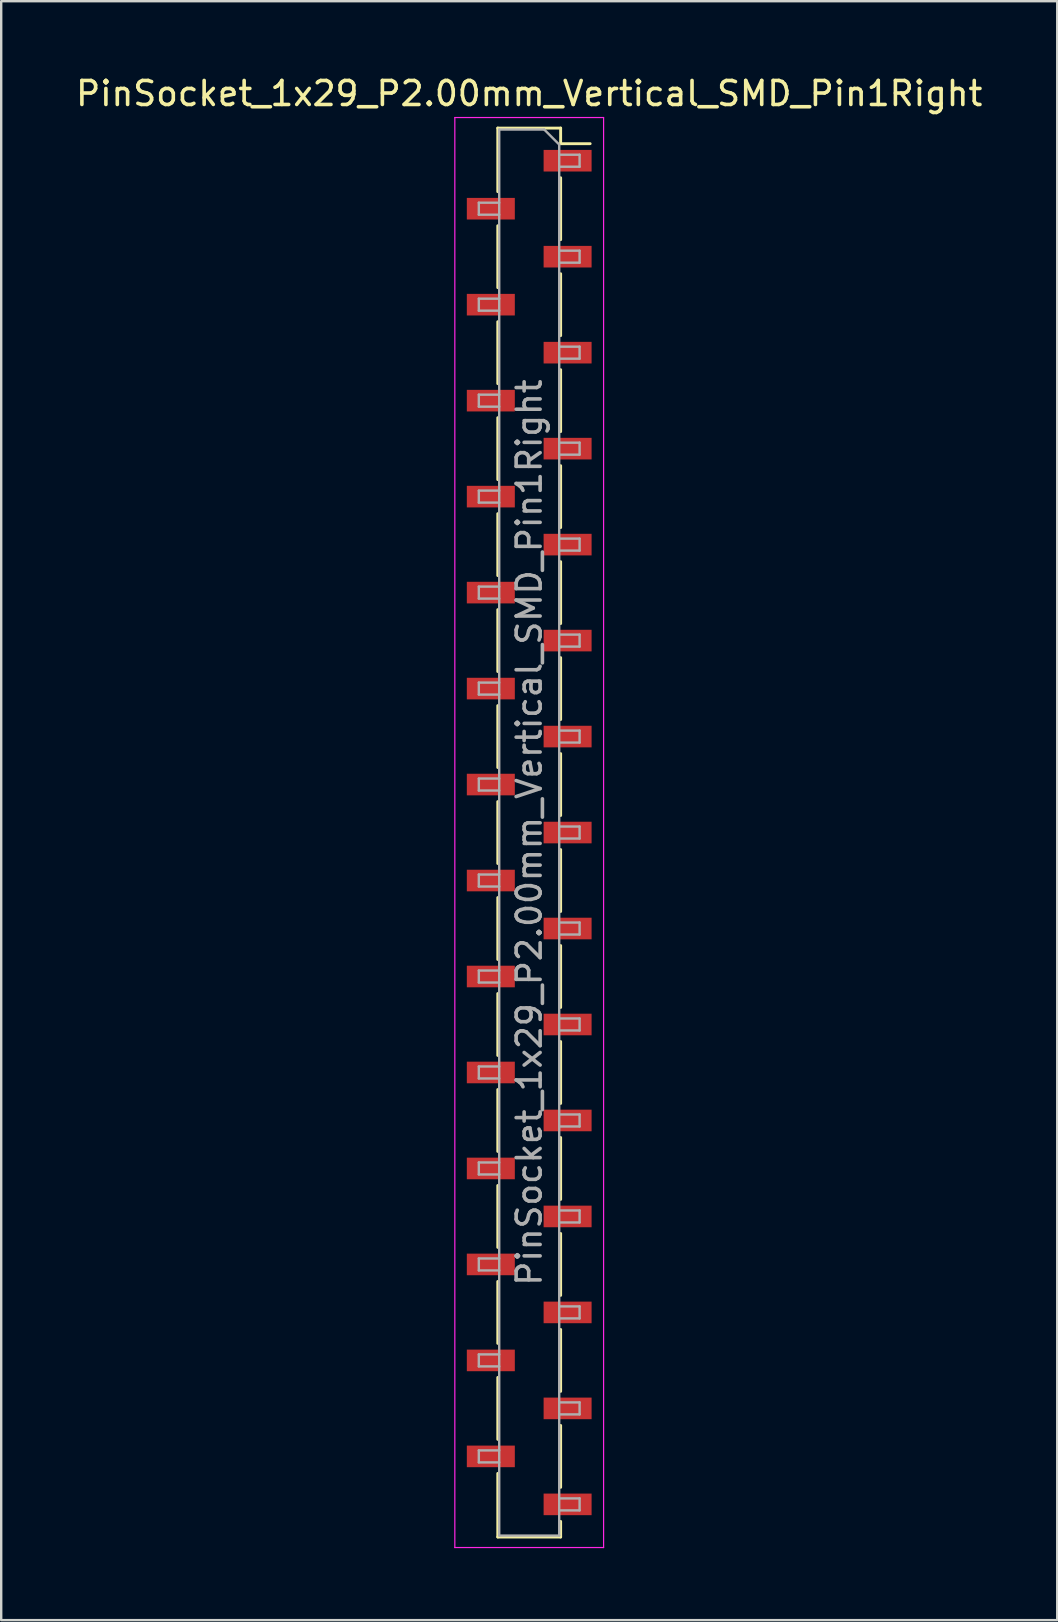
<source format=kicad_pcb>
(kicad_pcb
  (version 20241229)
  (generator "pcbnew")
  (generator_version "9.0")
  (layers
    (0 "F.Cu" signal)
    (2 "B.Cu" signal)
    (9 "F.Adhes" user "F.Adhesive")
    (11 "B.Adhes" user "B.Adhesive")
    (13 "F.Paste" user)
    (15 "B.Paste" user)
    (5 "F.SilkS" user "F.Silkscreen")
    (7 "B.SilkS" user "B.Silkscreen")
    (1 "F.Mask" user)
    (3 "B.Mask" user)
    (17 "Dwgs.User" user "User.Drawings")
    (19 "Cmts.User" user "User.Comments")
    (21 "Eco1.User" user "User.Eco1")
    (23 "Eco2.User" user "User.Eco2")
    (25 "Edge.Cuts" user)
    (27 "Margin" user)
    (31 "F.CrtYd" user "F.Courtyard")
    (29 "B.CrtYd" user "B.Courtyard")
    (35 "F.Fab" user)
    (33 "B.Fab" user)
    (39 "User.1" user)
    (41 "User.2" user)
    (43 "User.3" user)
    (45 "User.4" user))
  (footprint "PinSocket_1x29_P2.00mm_Vertical_SMD_Pin1Right"
    (layer "F.Cu")
    (at 19.006 31.648)
    (property "Reference" "PinSocket_1x29_P2.00mm_Vertical_SMD_Pin1Right" (at 0 -30.8 0) (layer "F.SilkS") (effects (font (size 1 1) (thickness 0.15))))
    (attr smd)
    (fp_line (start -1.31 -29.36) (end -1.31 -26.71) (stroke (width 0.12) (type solid)) (layer "F.SilkS"))
    (fp_line (start -1.31 -29.36) (end 1.31 -29.36) (stroke (width 0.12) (type solid)) (layer "F.SilkS"))
    (fp_line (start -1.31 -25.29) (end -1.31 -22.71) (stroke (width 0.12) (type solid)) (layer "F.SilkS"))
    (fp_line (start -1.31 -21.29) (end -1.31 -18.71) (stroke (width 0.12) (type solid)) (layer "F.SilkS"))
    (fp_line (start -1.31 -17.29) (end -1.31 -14.71) (stroke (width 0.12) (type solid)) (layer "F.SilkS"))
    (fp_line (start -1.31 -13.29) (end -1.31 -10.71) (stroke (width 0.12) (type solid)) (layer "F.SilkS"))
    (fp_line (start -1.31 -9.29) (end -1.31 -6.71) (stroke (width 0.12) (type solid)) (layer "F.SilkS"))
    (fp_line (start -1.31 -5.29) (end -1.31 -2.71) (stroke (width 0.12) (type solid)) (layer "F.SilkS"))
    (fp_line (start -1.31 -1.29) (end -1.31 1.29) (stroke (width 0.12) (type solid)) (layer "F.SilkS"))
    (fp_line (start -1.31 2.71) (end -1.31 5.29) (stroke (width 0.12) (type solid)) (layer "F.SilkS"))
    (fp_line (start -1.31 6.71) (end -1.31 9.29) (stroke (width 0.12) (type solid)) (layer "F.SilkS"))
    (fp_line (start -1.31 10.71) (end -1.31 13.29) (stroke (width 0.12) (type solid)) (layer "F.SilkS"))
    (fp_line (start -1.31 14.71) (end -1.31 17.29) (stroke (width 0.12) (type solid)) (layer "F.SilkS"))
    (fp_line (start -1.31 18.71) (end -1.31 21.29) (stroke (width 0.12) (type solid)) (layer "F.SilkS"))
    (fp_line (start -1.31 22.71) (end -1.31 25.29) (stroke (width 0.12) (type solid)) (layer "F.SilkS"))
    (fp_line (start -1.31 26.71) (end -1.31 29.36) (stroke (width 0.12) (type solid)) (layer "F.SilkS"))
    (fp_line (start -1.31 29.36) (end 1.31 29.36) (stroke (width 0.12) (type solid)) (layer "F.SilkS"))
    (fp_line (start 1.31 -29.36) (end 1.31 -28.71) (stroke (width 0.12) (type solid)) (layer "F.SilkS"))
    (fp_line (start 1.31 -28.71) (end 2.54 -28.71) (stroke (width 0.12) (type solid)) (layer "F.SilkS"))
    (fp_line (start 1.31 -27.29) (end 1.31 -24.71) (stroke (width 0.12) (type solid)) (layer "F.SilkS"))
    (fp_line (start 1.31 -23.29) (end 1.31 -20.71) (stroke (width 0.12) (type solid)) (layer "F.SilkS"))
    (fp_line (start 1.31 -19.29) (end 1.31 -16.71) (stroke (width 0.12) (type solid)) (layer "F.SilkS"))
    (fp_line (start 1.31 -15.29) (end 1.31 -12.71) (stroke (width 0.12) (type solid)) (layer "F.SilkS"))
    (fp_line (start 1.31 -11.29) (end 1.31 -8.71) (stroke (width 0.12) (type solid)) (layer "F.SilkS"))
    (fp_line (start 1.31 -7.29) (end 1.31 -4.71) (stroke (width 0.12) (type solid)) (layer "F.SilkS"))
    (fp_line (start 1.31 -3.29) (end 1.31 -0.71) (stroke (width 0.12) (type solid)) (layer "F.SilkS"))
    (fp_line (start 1.31 0.71) (end 1.31 3.29) (stroke (width 0.12) (type solid)) (layer "F.SilkS"))
    (fp_line (start 1.31 4.71) (end 1.31 7.29) (stroke (width 0.12) (type solid)) (layer "F.SilkS"))
    (fp_line (start 1.31 8.71) (end 1.31 11.29) (stroke (width 0.12) (type solid)) (layer "F.SilkS"))
    (fp_line (start 1.31 12.71) (end 1.31 15.29) (stroke (width 0.12) (type solid)) (layer "F.SilkS"))
    (fp_line (start 1.31 16.71) (end 1.31 19.29) (stroke (width 0.12) (type solid)) (layer "F.SilkS"))
    (fp_line (start 1.31 20.71) (end 1.31 23.29) (stroke (width 0.12) (type solid)) (layer "F.SilkS"))
    (fp_line (start 1.31 24.71) (end 1.31 27.29) (stroke (width 0.12) (type solid)) (layer "F.SilkS"))
    (fp_line (start 1.31 28.71) (end 1.31 29.36) (stroke (width 0.12) (type solid)) (layer "F.SilkS"))
    (fp_line (start -3.1 -29.8) (end 3.1 -29.8) (stroke (width 0.05) (type solid)) (layer "F.CrtYd"))
    (fp_line (start -3.1 29.8) (end -3.1 -29.8) (stroke (width 0.05) (type solid)) (layer "F.CrtYd"))
    (fp_line (start 3.1 -29.8) (end 3.1 29.8) (stroke (width 0.05) (type solid)) (layer "F.CrtYd"))
    (fp_line (start 3.1 29.8) (end -3.1 29.8) (stroke (width 0.05) (type solid)) (layer "F.CrtYd"))
    (fp_line (start -2.1 -26.25) (end -1.25 -26.25) (stroke (width 0.1) (type solid)) (layer "F.Fab"))
    (fp_line (start -2.1 -25.75) (end -2.1 -26.25) (stroke (width 0.1) (type solid)) (layer "F.Fab"))
    (fp_line (start -2.1 -22.25) (end -1.25 -22.25) (stroke (width 0.1) (type solid)) (layer "F.Fab"))
    (fp_line (start -2.1 -21.75) (end -2.1 -22.25) (stroke (width 0.1) (type solid)) (layer "F.Fab"))
    (fp_line (start -2.1 -18.25) (end -1.25 -18.25) (stroke (width 0.1) (type solid)) (layer "F.Fab"))
    (fp_line (start -2.1 -17.75) (end -2.1 -18.25) (stroke (width 0.1) (type solid)) (layer "F.Fab"))
    (fp_line (start -2.1 -14.25) (end -1.25 -14.25) (stroke (width 0.1) (type solid)) (layer "F.Fab"))
    (fp_line (start -2.1 -13.75) (end -2.1 -14.25) (stroke (width 0.1) (type solid)) (layer "F.Fab"))
    (fp_line (start -2.1 -10.25) (end -1.25 -10.25) (stroke (width 0.1) (type solid)) (layer "F.Fab"))
    (fp_line (start -2.1 -9.75) (end -2.1 -10.25) (stroke (width 0.1) (type solid)) (layer "F.Fab"))
    (fp_line (start -2.1 -6.25) (end -1.25 -6.25) (stroke (width 0.1) (type solid)) (layer "F.Fab"))
    (fp_line (start -2.1 -5.75) (end -2.1 -6.25) (stroke (width 0.1) (type solid)) (layer "F.Fab"))
    (fp_line (start -2.1 -2.25) (end -1.25 -2.25) (stroke (width 0.1) (type solid)) (layer "F.Fab"))
    (fp_line (start -2.1 -1.75) (end -2.1 -2.25) (stroke (width 0.1) (type solid)) (layer "F.Fab"))
    (fp_line (start -2.1 1.75) (end -1.25 1.75) (stroke (width 0.1) (type solid)) (layer "F.Fab"))
    (fp_line (start -2.1 2.25) (end -2.1 1.75) (stroke (width 0.1) (type solid)) (layer "F.Fab"))
    (fp_line (start -2.1 5.75) (end -1.25 5.75) (stroke (width 0.1) (type solid)) (layer "F.Fab"))
    (fp_line (start -2.1 6.25) (end -2.1 5.75) (stroke (width 0.1) (type solid)) (layer "F.Fab"))
    (fp_line (start -2.1 9.75) (end -1.25 9.75) (stroke (width 0.1) (type solid)) (layer "F.Fab"))
    (fp_line (start -2.1 10.25) (end -2.1 9.75) (stroke (width 0.1) (type solid)) (layer "F.Fab"))
    (fp_line (start -2.1 13.75) (end -1.25 13.75) (stroke (width 0.1) (type solid)) (layer "F.Fab"))
    (fp_line (start -2.1 14.25) (end -2.1 13.75) (stroke (width 0.1) (type solid)) (layer "F.Fab"))
    (fp_line (start -2.1 17.75) (end -1.25 17.75) (stroke (width 0.1) (type solid)) (layer "F.Fab"))
    (fp_line (start -2.1 18.25) (end -2.1 17.75) (stroke (width 0.1) (type solid)) (layer "F.Fab"))
    (fp_line (start -2.1 21.75) (end -1.25 21.75) (stroke (width 0.1) (type solid)) (layer "F.Fab"))
    (fp_line (start -2.1 22.25) (end -2.1 21.75) (stroke (width 0.1) (type solid)) (layer "F.Fab"))
    (fp_line (start -2.1 25.75) (end -1.25 25.75) (stroke (width 0.1) (type solid)) (layer "F.Fab"))
    (fp_line (start -2.1 26.25) (end -2.1 25.75) (stroke (width 0.1) (type solid)) (layer "F.Fab"))
    (fp_line (start -1.25 -29.3) (end 0.625 -29.3) (stroke (width 0.1) (type solid)) (layer "F.Fab"))
    (fp_line (start -1.25 -25.75) (end -2.1 -25.75) (stroke (width 0.1) (type solid)) (layer "F.Fab"))
    (fp_line (start -1.25 -21.75) (end -2.1 -21.75) (stroke (width 0.1) (type solid)) (layer "F.Fab"))
    (fp_line (start -1.25 -17.75) (end -2.1 -17.75) (stroke (width 0.1) (type solid)) (layer "F.Fab"))
    (fp_line (start -1.25 -13.75) (end -2.1 -13.75) (stroke (width 0.1) (type solid)) (layer "F.Fab"))
    (fp_line (start -1.25 -9.75) (end -2.1 -9.75) (stroke (width 0.1) (type solid)) (layer "F.Fab"))
    (fp_line (start -1.25 -5.75) (end -2.1 -5.75) (stroke (width 0.1) (type solid)) (layer "F.Fab"))
    (fp_line (start -1.25 -1.75) (end -2.1 -1.75) (stroke (width 0.1) (type solid)) (layer "F.Fab"))
    (fp_line (start -1.25 2.25) (end -2.1 2.25) (stroke (width 0.1) (type solid)) (layer "F.Fab"))
    (fp_line (start -1.25 6.25) (end -2.1 6.25) (stroke (width 0.1) (type solid)) (layer "F.Fab"))
    (fp_line (start -1.25 10.25) (end -2.1 10.25) (stroke (width 0.1) (type solid)) (layer "F.Fab"))
    (fp_line (start -1.25 14.25) (end -2.1 14.25) (stroke (width 0.1) (type solid)) (layer "F.Fab"))
    (fp_line (start -1.25 18.25) (end -2.1 18.25) (stroke (width 0.1) (type solid)) (layer "F.Fab"))
    (fp_line (start -1.25 22.25) (end -2.1 22.25) (stroke (width 0.1) (type solid)) (layer "F.Fab"))
    (fp_line (start -1.25 26.25) (end -2.1 26.25) (stroke (width 0.1) (type solid)) (layer "F.Fab"))
    (fp_line (start -1.25 29.3) (end -1.25 -29.3) (stroke (width 0.1) (type solid)) (layer "F.Fab"))
    (fp_line (start 0.625 -29.3) (end 1.25 -28.675) (stroke (width 0.1) (type solid)) (layer "F.Fab"))
    (fp_line (start 1.25 -28.675) (end 1.25 29.3) (stroke (width 0.1) (type solid)) (layer "F.Fab"))
    (fp_line (start 1.25 -28.25) (end 2.1 -28.25) (stroke (width 0.1) (type solid)) (layer "F.Fab"))
    (fp_line (start 1.25 -24.25) (end 2.1 -24.25) (stroke (width 0.1) (type solid)) (layer "F.Fab"))
    (fp_line (start 1.25 -20.25) (end 2.1 -20.25) (stroke (width 0.1) (type solid)) (layer "F.Fab"))
    (fp_line (start 1.25 -16.25) (end 2.1 -16.25) (stroke (width 0.1) (type solid)) (layer "F.Fab"))
    (fp_line (start 1.25 -12.25) (end 2.1 -12.25) (stroke (width 0.1) (type solid)) (layer "F.Fab"))
    (fp_line (start 1.25 -8.25) (end 2.1 -8.25) (stroke (width 0.1) (type solid)) (layer "F.Fab"))
    (fp_line (start 1.25 -4.25) (end 2.1 -4.25) (stroke (width 0.1) (type solid)) (layer "F.Fab"))
    (fp_line (start 1.25 -0.25) (end 2.1 -0.25) (stroke (width 0.1) (type solid)) (layer "F.Fab"))
    (fp_line (start 1.25 3.75) (end 2.1 3.75) (stroke (width 0.1) (type solid)) (layer "F.Fab"))
    (fp_line (start 1.25 7.75) (end 2.1 7.75) (stroke (width 0.1) (type solid)) (layer "F.Fab"))
    (fp_line (start 1.25 11.75) (end 2.1 11.75) (stroke (width 0.1) (type solid)) (layer "F.Fab"))
    (fp_line (start 1.25 15.75) (end 2.1 15.75) (stroke (width 0.1) (type solid)) (layer "F.Fab"))
    (fp_line (start 1.25 19.75) (end 2.1 19.75) (stroke (width 0.1) (type solid)) (layer "F.Fab"))
    (fp_line (start 1.25 23.75) (end 2.1 23.75) (stroke (width 0.1) (type solid)) (layer "F.Fab"))
    (fp_line (start 1.25 27.75) (end 2.1 27.75) (stroke (width 0.1) (type solid)) (layer "F.Fab"))
    (fp_line (start 1.25 29.3) (end -1.25 29.3) (stroke (width 0.1) (type solid)) (layer "F.Fab"))
    (fp_line (start 2.1 -28.25) (end 2.1 -27.75) (stroke (width 0.1) (type solid)) (layer "F.Fab"))
    (fp_line (start 2.1 -27.75) (end 1.25 -27.75) (stroke (width 0.1) (type solid)) (layer "F.Fab"))
    (fp_line (start 2.1 -24.25) (end 2.1 -23.75) (stroke (width 0.1) (type solid)) (layer "F.Fab"))
    (fp_line (start 2.1 -23.75) (end 1.25 -23.75) (stroke (width 0.1) (type solid)) (layer "F.Fab"))
    (fp_line (start 2.1 -20.25) (end 2.1 -19.75) (stroke (width 0.1) (type solid)) (layer "F.Fab"))
    (fp_line (start 2.1 -19.75) (end 1.25 -19.75) (stroke (width 0.1) (type solid)) (layer "F.Fab"))
    (fp_line (start 2.1 -16.25) (end 2.1 -15.75) (stroke (width 0.1) (type solid)) (layer "F.Fab"))
    (fp_line (start 2.1 -15.75) (end 1.25 -15.75) (stroke (width 0.1) (type solid)) (layer "F.Fab"))
    (fp_line (start 2.1 -12.25) (end 2.1 -11.75) (stroke (width 0.1) (type solid)) (layer "F.Fab"))
    (fp_line (start 2.1 -11.75) (end 1.25 -11.75) (stroke (width 0.1) (type solid)) (layer "F.Fab"))
    (fp_line (start 2.1 -8.25) (end 2.1 -7.75) (stroke (width 0.1) (type solid)) (layer "F.Fab"))
    (fp_line (start 2.1 -7.75) (end 1.25 -7.75) (stroke (width 0.1) (type solid)) (layer "F.Fab"))
    (fp_line (start 2.1 -4.25) (end 2.1 -3.75) (stroke (width 0.1) (type solid)) (layer "F.Fab"))
    (fp_line (start 2.1 -3.75) (end 1.25 -3.75) (stroke (width 0.1) (type solid)) (layer "F.Fab"))
    (fp_line (start 2.1 -0.25) (end 2.1 0.25) (stroke (width 0.1) (type solid)) (layer "F.Fab"))
    (fp_line (start 2.1 0.25) (end 1.25 0.25) (stroke (width 0.1) (type solid)) (layer "F.Fab"))
    (fp_line (start 2.1 3.75) (end 2.1 4.25) (stroke (width 0.1) (type solid)) (layer "F.Fab"))
    (fp_line (start 2.1 4.25) (end 1.25 4.25) (stroke (width 0.1) (type solid)) (layer "F.Fab"))
    (fp_line (start 2.1 7.75) (end 2.1 8.25) (stroke (width 0.1) (type solid)) (layer "F.Fab"))
    (fp_line (start 2.1 8.25) (end 1.25 8.25) (stroke (width 0.1) (type solid)) (layer "F.Fab"))
    (fp_line (start 2.1 11.75) (end 2.1 12.25) (stroke (width 0.1) (type solid)) (layer "F.Fab"))
    (fp_line (start 2.1 12.25) (end 1.25 12.25) (stroke (width 0.1) (type solid)) (layer "F.Fab"))
    (fp_line (start 2.1 15.75) (end 2.1 16.25) (stroke (width 0.1) (type solid)) (layer "F.Fab"))
    (fp_line (start 2.1 16.25) (end 1.25 16.25) (stroke (width 0.1) (type solid)) (layer "F.Fab"))
    (fp_line (start 2.1 19.75) (end 2.1 20.25) (stroke (width 0.1) (type solid)) (layer "F.Fab"))
    (fp_line (start 2.1 20.25) (end 1.25 20.25) (stroke (width 0.1) (type solid)) (layer "F.Fab"))
    (fp_line (start 2.1 23.75) (end 2.1 24.25) (stroke (width 0.1) (type solid)) (layer "F.Fab"))
    (fp_line (start 2.1 24.25) (end 1.25 24.25) (stroke (width 0.1) (type solid)) (layer "F.Fab"))
    (fp_line (start 2.1 27.75) (end 2.1 28.25) (stroke (width 0.1) (type solid)) (layer "F.Fab"))
    (fp_line (start 2.1 28.25) (end 1.25 28.25) (stroke (width 0.1) (type solid)) (layer "F.Fab"))
    (fp_text user "${REFERENCE}" (at 0 0 90) (layer "F.Fab") (effects (font (size 1 1) (thickness 0.15))))
    (pad "1" smd rect (at 1.6 -28) (size 2 0.9) (layers "F.Cu" "F.Mask" "F.Paste"))
    (pad "2" smd rect (at -1.6 -26) (size 2 0.9) (layers "F.Cu" "F.Mask" "F.Paste"))
    (pad "3" smd rect (at 1.6 -24) (size 2 0.9) (layers "F.Cu" "F.Mask" "F.Paste"))
    (pad "4" smd rect (at -1.6 -22) (size 2 0.9) (layers "F.Cu" "F.Mask" "F.Paste"))
    (pad "5" smd rect (at 1.6 -20) (size 2 0.9) (layers "F.Cu" "F.Mask" "F.Paste"))
    (pad "6" smd rect (at -1.6 -18) (size 2 0.9) (layers "F.Cu" "F.Mask" "F.Paste"))
    (pad "7" smd rect (at 1.6 -16) (size 2 0.9) (layers "F.Cu" "F.Mask" "F.Paste"))
    (pad "8" smd rect (at -1.6 -14) (size 2 0.9) (layers "F.Cu" "F.Mask" "F.Paste"))
    (pad "9" smd rect (at 1.6 -12) (size 2 0.9) (layers "F.Cu" "F.Mask" "F.Paste"))
    (pad "10" smd rect (at -1.6 -10) (size 2 0.9) (layers "F.Cu" "F.Mask" "F.Paste"))
    (pad "11" smd rect (at 1.6 -8) (size 2 0.9) (layers "F.Cu" "F.Mask" "F.Paste"))
    (pad "12" smd rect (at -1.6 -6) (size 2 0.9) (layers "F.Cu" "F.Mask" "F.Paste"))
    (pad "13" smd rect (at 1.6 -4) (size 2 0.9) (layers "F.Cu" "F.Mask" "F.Paste"))
    (pad "14" smd rect (at -1.6 -2) (size 2 0.9) (layers "F.Cu" "F.Mask" "F.Paste"))
    (pad "15" smd rect (at 1.6 0) (size 2 0.9) (layers "F.Cu" "F.Mask" "F.Paste"))
    (pad "16" smd rect (at -1.6 2) (size 2 0.9) (layers "F.Cu" "F.Mask" "F.Paste"))
    (pad "17" smd rect (at 1.6 4) (size 2 0.9) (layers "F.Cu" "F.Mask" "F.Paste"))
    (pad "18" smd rect (at -1.6 6) (size 2 0.9) (layers "F.Cu" "F.Mask" "F.Paste"))
    (pad "19" smd rect (at 1.6 8) (size 2 0.9) (layers "F.Cu" "F.Mask" "F.Paste"))
    (pad "20" smd rect (at -1.6 10) (size 2 0.9) (layers "F.Cu" "F.Mask" "F.Paste"))
    (pad "21" smd rect (at 1.6 12) (size 2 0.9) (layers "F.Cu" "F.Mask" "F.Paste"))
    (pad "22" smd rect (at -1.6 14) (size 2 0.9) (layers "F.Cu" "F.Mask" "F.Paste"))
    (pad "23" smd rect (at 1.6 16) (size 2 0.9) (layers "F.Cu" "F.Mask" "F.Paste"))
    (pad "24" smd rect (at -1.6 18) (size 2 0.9) (layers "F.Cu" "F.Mask" "F.Paste"))
    (pad "25" smd rect (at 1.6 20) (size 2 0.9) (layers "F.Cu" "F.Mask" "F.Paste"))
    (pad "26" smd rect (at -1.6 22) (size 2 0.9) (layers "F.Cu" "F.Mask" "F.Paste"))
    (pad "27" smd rect (at 1.6 24) (size 2 0.9) (layers "F.Cu" "F.Mask" "F.Paste"))
    (pad "28" smd rect (at -1.6 26) (size 2 0.9) (layers "F.Cu" "F.Mask" "F.Paste"))
    (pad "29" smd rect (at 1.6 28) (size 2 0.9) (layers "F.Cu" "F.Mask" "F.Paste")))
  (gr_rect
    (start -3 -3)
    (end 41.012 64.473)
    (stroke (width 0.1) (type default))
    (fill no)
    (layer "Edge.Cuts")))
</source>
